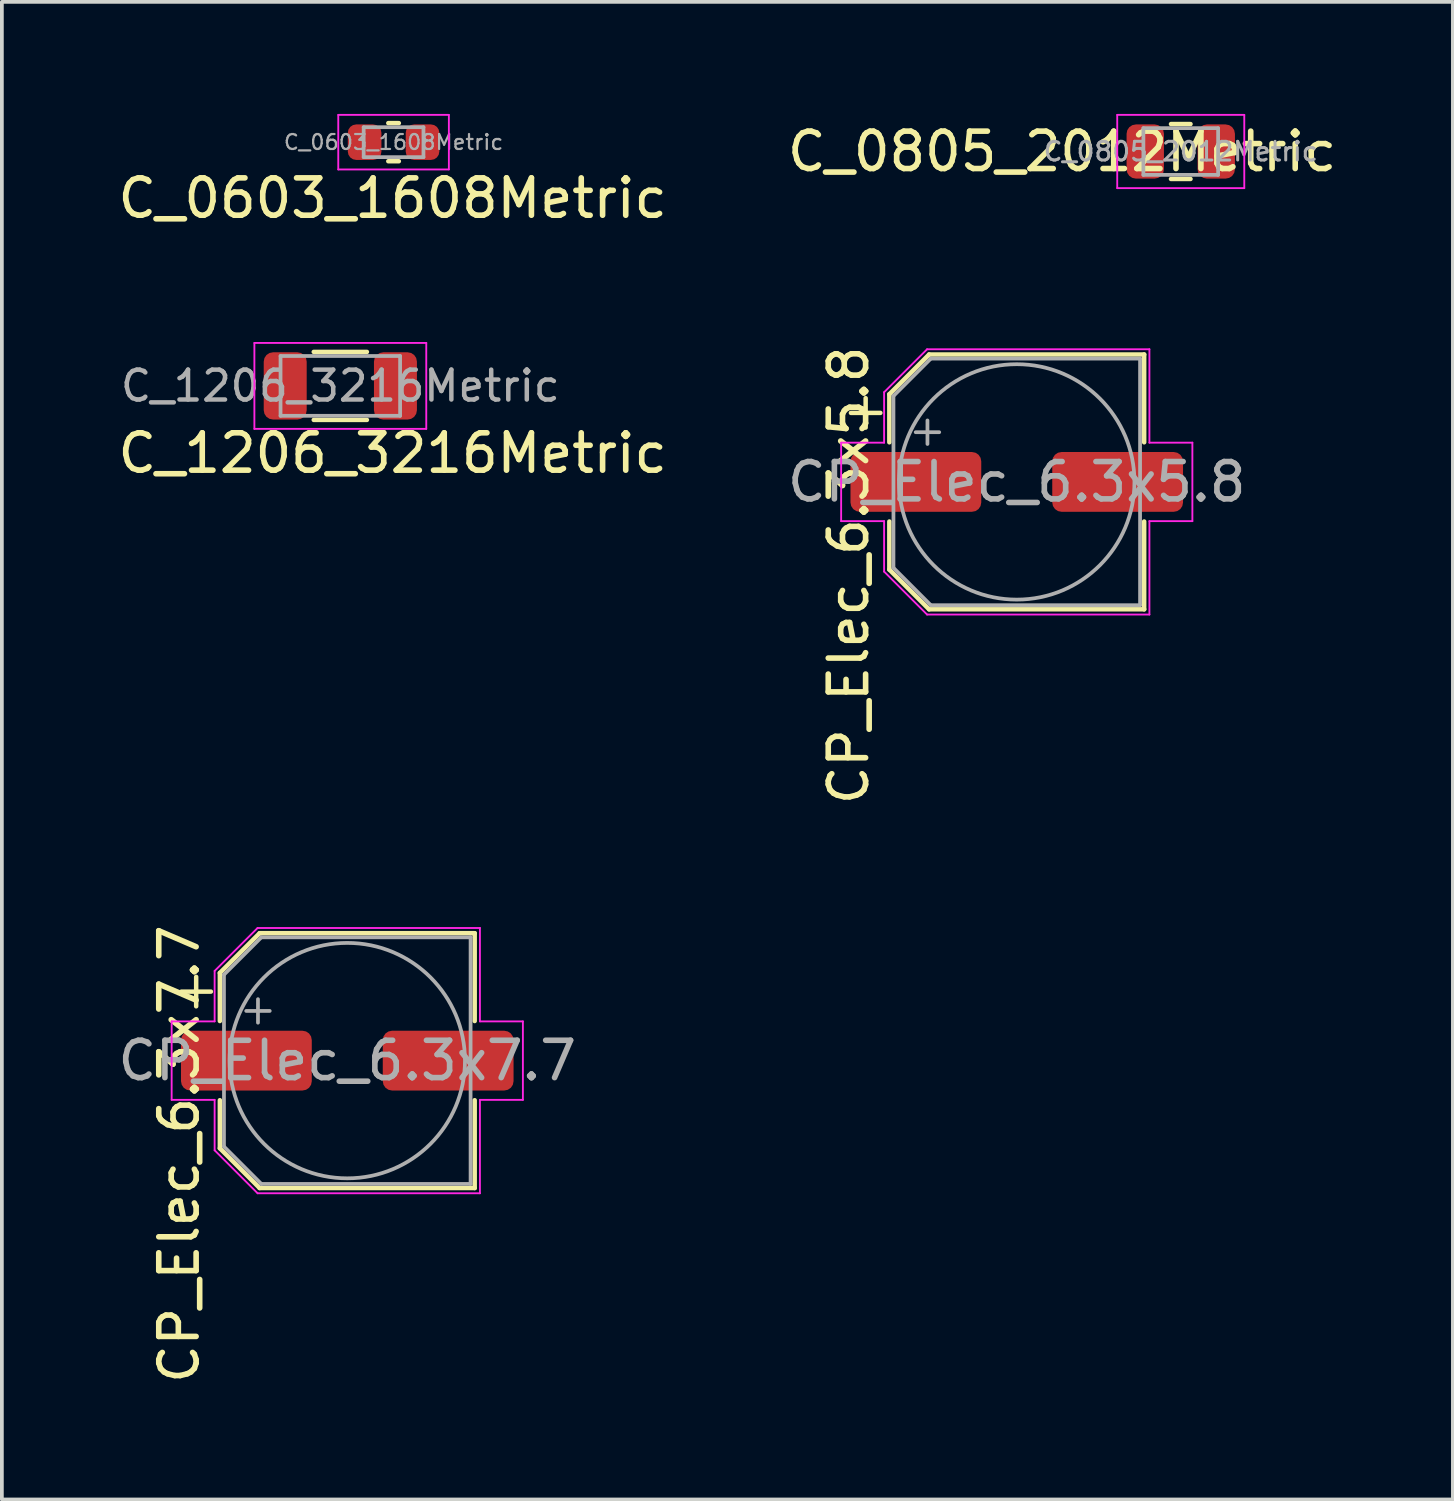
<source format=kicad_pcb>
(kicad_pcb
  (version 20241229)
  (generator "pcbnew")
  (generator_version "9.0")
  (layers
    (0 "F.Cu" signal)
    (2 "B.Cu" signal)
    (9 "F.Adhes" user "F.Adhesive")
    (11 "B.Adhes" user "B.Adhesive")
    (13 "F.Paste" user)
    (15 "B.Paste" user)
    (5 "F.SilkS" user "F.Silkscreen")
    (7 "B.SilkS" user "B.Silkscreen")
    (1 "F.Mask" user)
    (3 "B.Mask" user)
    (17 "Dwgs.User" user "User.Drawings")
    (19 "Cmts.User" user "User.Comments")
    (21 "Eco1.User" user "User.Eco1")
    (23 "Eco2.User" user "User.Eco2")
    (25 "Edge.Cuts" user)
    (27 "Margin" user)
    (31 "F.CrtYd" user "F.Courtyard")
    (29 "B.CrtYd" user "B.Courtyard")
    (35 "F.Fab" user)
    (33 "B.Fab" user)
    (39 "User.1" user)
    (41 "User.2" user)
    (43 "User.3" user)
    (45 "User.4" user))
  (footprint "CP_Elec_6.3x7.7"
    (layer "F.Cu")
    (at 6.244 25.335)
    (property "Reference" "CP_Elec_6.3x7.7" (at -4.5 2.5 270) (layer "F.SilkS") (effects (font (size 1 1) (thickness 0.15))))
    (attr smd)
    (fp_line (start -4.438 -1.847) (end -3.65 -1.847) (stroke (width 0.12) (type solid)) (layer "F.SilkS"))
    (fp_line (start -4.044 -2.241) (end -4.044 -1.454) (stroke (width 0.12) (type solid)) (layer "F.SilkS"))
    (fp_line (start -3.41 -2.346) (end -3.41 -1.06) (stroke (width 0.12) (type solid)) (layer "F.SilkS"))
    (fp_line (start -3.41 -2.346) (end -2.346 -3.41) (stroke (width 0.12) (type solid)) (layer "F.SilkS"))
    (fp_line (start -3.41 2.346) (end -3.41 1.06) (stroke (width 0.12) (type solid)) (layer "F.SilkS"))
    (fp_line (start -3.41 2.346) (end -2.346 3.41) (stroke (width 0.12) (type solid)) (layer "F.SilkS"))
    (fp_line (start -2.346 -3.41) (end 3.41 -3.41) (stroke (width 0.12) (type solid)) (layer "F.SilkS"))
    (fp_line (start -2.346 3.41) (end 3.41 3.41) (stroke (width 0.12) (type solid)) (layer "F.SilkS"))
    (fp_line (start 3.41 -3.41) (end 3.41 -1.06) (stroke (width 0.12) (type solid)) (layer "F.SilkS"))
    (fp_line (start 3.41 3.41) (end 3.41 1.06) (stroke (width 0.12) (type solid)) (layer "F.SilkS"))
    (fp_line (start -4.7 -1.05) (end -4.7 1.05) (stroke (width 0.05) (type solid)) (layer "F.CrtYd"))
    (fp_line (start -4.7 1.05) (end -3.55 1.05) (stroke (width 0.05) (type solid)) (layer "F.CrtYd"))
    (fp_line (start -3.55 -2.4) (end -3.55 -1.05) (stroke (width 0.05) (type solid)) (layer "F.CrtYd"))
    (fp_line (start -3.55 -2.4) (end -2.4 -3.55) (stroke (width 0.05) (type solid)) (layer "F.CrtYd"))
    (fp_line (start -3.55 -1.05) (end -4.7 -1.05) (stroke (width 0.05) (type solid)) (layer "F.CrtYd"))
    (fp_line (start -3.55 1.05) (end -3.55 2.4) (stroke (width 0.05) (type solid)) (layer "F.CrtYd"))
    (fp_line (start -3.55 2.4) (end -2.4 3.55) (stroke (width 0.05) (type solid)) (layer "F.CrtYd"))
    (fp_line (start -2.4 -3.55) (end 3.55 -3.55) (stroke (width 0.05) (type solid)) (layer "F.CrtYd"))
    (fp_line (start -2.4 3.55) (end 3.55 3.55) (stroke (width 0.05) (type solid)) (layer "F.CrtYd"))
    (fp_line (start 3.55 -3.55) (end 3.55 -1.05) (stroke (width 0.05) (type solid)) (layer "F.CrtYd"))
    (fp_line (start 3.55 -1.05) (end 4.7 -1.05) (stroke (width 0.05) (type solid)) (layer "F.CrtYd"))
    (fp_line (start 3.55 1.05) (end 3.55 3.55) (stroke (width 0.05) (type solid)) (layer "F.CrtYd"))
    (fp_line (start 4.7 -1.05) (end 4.7 1.05) (stroke (width 0.05) (type solid)) (layer "F.CrtYd"))
    (fp_line (start 4.7 1.05) (end 3.55 1.05) (stroke (width 0.05) (type solid)) (layer "F.CrtYd"))
    (fp_line (start -3.3 -2.3) (end -3.3 2.3) (stroke (width 0.1) (type solid)) (layer "F.Fab"))
    (fp_line (start -3.3 -2.3) (end -2.3 -3.3) (stroke (width 0.1) (type solid)) (layer "F.Fab"))
    (fp_line (start -3.3 2.3) (end -2.3 3.3) (stroke (width 0.1) (type solid)) (layer "F.Fab"))
    (fp_line (start -2.705 -1.33) (end -2.075 -1.33) (stroke (width 0.1) (type solid)) (layer "F.Fab"))
    (fp_line (start -2.39 -1.645) (end -2.39 -1.015) (stroke (width 0.1) (type solid)) (layer "F.Fab"))
    (fp_line (start -2.3 -3.3) (end 3.3 -3.3) (stroke (width 0.1) (type solid)) (layer "F.Fab"))
    (fp_line (start -2.3 3.3) (end 3.3 3.3) (stroke (width 0.1) (type solid)) (layer "F.Fab"))
    (fp_line (start 3.3 -3.3) (end 3.3 3.3) (stroke (width 0.1) (type solid)) (layer "F.Fab"))
    (fp_circle (center 0 0) (end 3.15 0) (stroke (width 0.1) (type solid)) (fill no) (layer "F.Fab"))
    (fp_text user "${REFERENCE}" (at 0 0 180) (layer "F.Fab") (effects (font (size 1 1) (thickness 0.15))))
    (pad "1" smd roundrect (at -2.7 0) (size 3.5 1.6) (layers "F.Cu" "F.Mask" "F.Paste") (roundrect_rratio 0.156))
    (pad "2" smd roundrect (at 2.7 0) (size 3.5 1.6) (layers "F.Cu" "F.Mask" "F.Paste") (roundrect_rratio 0.156)))
  (footprint "C_1206_3216Metric"
    (layer "F.Cu")
    (at 6.058 7.278)
    (property "Reference" "C_1206_3216Metric" (at 1.4 1.8 0) (layer "F.SilkS") (effects (font (size 1 1) (thickness 0.15))))
    (attr smd)
    (fp_line (start -0.711 -0.91) (end 0.711 -0.91) (stroke (width 0.12) (type solid)) (layer "F.SilkS"))
    (fp_line (start -0.711 0.91) (end 0.711 0.91) (stroke (width 0.12) (type solid)) (layer "F.SilkS"))
    (fp_line (start -2.3 -1.15) (end 2.3 -1.15) (stroke (width 0.05) (type solid)) (layer "F.CrtYd"))
    (fp_line (start -2.3 1.15) (end -2.3 -1.15) (stroke (width 0.05) (type solid)) (layer "F.CrtYd"))
    (fp_line (start 2.3 -1.15) (end 2.3 1.15) (stroke (width 0.05) (type solid)) (layer "F.CrtYd"))
    (fp_line (start 2.3 1.15) (end -2.3 1.15) (stroke (width 0.05) (type solid)) (layer "F.CrtYd"))
    (fp_line (start -1.6 -0.8) (end 1.6 -0.8) (stroke (width 0.1) (type solid)) (layer "F.Fab"))
    (fp_line (start -1.6 0.8) (end -1.6 -0.8) (stroke (width 0.1) (type solid)) (layer "F.Fab"))
    (fp_line (start 1.6 -0.8) (end 1.6 0.8) (stroke (width 0.1) (type solid)) (layer "F.Fab"))
    (fp_line (start 1.6 0.8) (end -1.6 0.8) (stroke (width 0.1) (type solid)) (layer "F.Fab"))
    (fp_text user "${REFERENCE}" (at 0 0 0) (layer "F.Fab") (effects (font (size 0.8 0.8) (thickness 0.12))))
    (pad "1" smd roundrect (at -1.475 0) (size 1.15 1.8) (layers "F.Cu" "F.Mask" "F.Paste") (roundrect_rratio 0.217))
    (pad "2" smd roundrect (at 1.475 0) (size 1.15 1.8) (layers "F.Cu" "F.Mask" "F.Paste") (roundrect_rratio 0.217)))
  (footprint "C_0805_2012Metric"
    (layer "F.Cu")
    (at 28.55 1.005)
    (property "Reference" "C_0805_2012Metric" (at -3.175 0 0) (layer "F.SilkS") (effects (font (size 1 1) (thickness 0.15))))
    (attr smd)
    (fp_line (start -0.261 -0.735) (end 0.261 -0.735) (stroke (width 0.12) (type solid)) (layer "F.SilkS"))
    (fp_line (start -0.261 0.735) (end 0.261 0.735) (stroke (width 0.12) (type solid)) (layer "F.SilkS"))
    (fp_line (start -1.7 -0.98) (end 1.7 -0.98) (stroke (width 0.05) (type solid)) (layer "F.CrtYd"))
    (fp_line (start -1.7 0.98) (end -1.7 -0.98) (stroke (width 0.05) (type solid)) (layer "F.CrtYd"))
    (fp_line (start 1.7 -0.98) (end 1.7 0.98) (stroke (width 0.05) (type solid)) (layer "F.CrtYd"))
    (fp_line (start 1.7 0.98) (end -1.7 0.98) (stroke (width 0.05) (type solid)) (layer "F.CrtYd"))
    (fp_line (start -1 -0.625) (end 1 -0.625) (stroke (width 0.1) (type solid)) (layer "F.Fab"))
    (fp_line (start -1 0.625) (end -1 -0.625) (stroke (width 0.1) (type solid)) (layer "F.Fab"))
    (fp_line (start 1 -0.625) (end 1 0.625) (stroke (width 0.1) (type solid)) (layer "F.Fab"))
    (fp_line (start 1 0.625) (end -1 0.625) (stroke (width 0.1) (type solid)) (layer "F.Fab"))
    (fp_text user "${REFERENCE}" (at 0 0 0) (layer "F.Fab") (effects (font (size 0.5 0.5) (thickness 0.08))))
    (pad "1" smd roundrect (at -0.95 0) (size 1 1.45) (layers "F.Cu" "F.Mask" "F.Paste") (roundrect_rratio 0.25))
    (pad "2" smd roundrect (at 0.95 0) (size 1 1.45) (layers "F.Cu" "F.Mask" "F.Paste") (roundrect_rratio 0.25)))
  (footprint "CP_Elec_6.3x5.8"
    (layer "F.Cu")
    (at 24.161 9.847)
    (property "Reference" "CP_Elec_6.3x5.8" (at -4.5 2.5 270) (layer "F.SilkS") (effects (font (size 1 1) (thickness 0.15))))
    (attr smd)
    (fp_line (start -4.438 -1.847) (end -3.65 -1.847) (stroke (width 0.12) (type solid)) (layer "F.SilkS"))
    (fp_line (start -4.044 -2.241) (end -4.044 -1.454) (stroke (width 0.12) (type solid)) (layer "F.SilkS"))
    (fp_line (start -3.41 -2.346) (end -3.41 -1.06) (stroke (width 0.12) (type solid)) (layer "F.SilkS"))
    (fp_line (start -3.41 -2.346) (end -2.346 -3.41) (stroke (width 0.12) (type solid)) (layer "F.SilkS"))
    (fp_line (start -3.41 2.346) (end -3.41 1.06) (stroke (width 0.12) (type solid)) (layer "F.SilkS"))
    (fp_line (start -3.41 2.346) (end -2.346 3.41) (stroke (width 0.12) (type solid)) (layer "F.SilkS"))
    (fp_line (start -2.346 -3.41) (end 3.41 -3.41) (stroke (width 0.12) (type solid)) (layer "F.SilkS"))
    (fp_line (start -2.346 3.41) (end 3.41 3.41) (stroke (width 0.12) (type solid)) (layer "F.SilkS"))
    (fp_line (start 3.41 -3.41) (end 3.41 -1.06) (stroke (width 0.12) (type solid)) (layer "F.SilkS"))
    (fp_line (start 3.41 3.41) (end 3.41 1.06) (stroke (width 0.12) (type solid)) (layer "F.SilkS"))
    (fp_line (start -4.7 -1.05) (end -4.7 1.05) (stroke (width 0.05) (type solid)) (layer "F.CrtYd"))
    (fp_line (start -4.7 1.05) (end -3.55 1.05) (stroke (width 0.05) (type solid)) (layer "F.CrtYd"))
    (fp_line (start -3.55 -2.4) (end -3.55 -1.05) (stroke (width 0.05) (type solid)) (layer "F.CrtYd"))
    (fp_line (start -3.55 -2.4) (end -2.4 -3.55) (stroke (width 0.05) (type solid)) (layer "F.CrtYd"))
    (fp_line (start -3.55 -1.05) (end -4.7 -1.05) (stroke (width 0.05) (type solid)) (layer "F.CrtYd"))
    (fp_line (start -3.55 1.05) (end -3.55 2.4) (stroke (width 0.05) (type solid)) (layer "F.CrtYd"))
    (fp_line (start -3.55 2.4) (end -2.4 3.55) (stroke (width 0.05) (type solid)) (layer "F.CrtYd"))
    (fp_line (start -2.4 -3.55) (end 3.55 -3.55) (stroke (width 0.05) (type solid)) (layer "F.CrtYd"))
    (fp_line (start -2.4 3.55) (end 3.55 3.55) (stroke (width 0.05) (type solid)) (layer "F.CrtYd"))
    (fp_line (start 3.55 -3.55) (end 3.55 -1.05) (stroke (width 0.05) (type solid)) (layer "F.CrtYd"))
    (fp_line (start 3.55 -1.05) (end 4.7 -1.05) (stroke (width 0.05) (type solid)) (layer "F.CrtYd"))
    (fp_line (start 3.55 1.05) (end 3.55 3.55) (stroke (width 0.05) (type solid)) (layer "F.CrtYd"))
    (fp_line (start 4.7 -1.05) (end 4.7 1.05) (stroke (width 0.05) (type solid)) (layer "F.CrtYd"))
    (fp_line (start 4.7 1.05) (end 3.55 1.05) (stroke (width 0.05) (type solid)) (layer "F.CrtYd"))
    (fp_line (start -3.3 -2.3) (end -3.3 2.3) (stroke (width 0.1) (type solid)) (layer "F.Fab"))
    (fp_line (start -3.3 -2.3) (end -2.3 -3.3) (stroke (width 0.1) (type solid)) (layer "F.Fab"))
    (fp_line (start -3.3 2.3) (end -2.3 3.3) (stroke (width 0.1) (type solid)) (layer "F.Fab"))
    (fp_line (start -2.705 -1.33) (end -2.075 -1.33) (stroke (width 0.1) (type solid)) (layer "F.Fab"))
    (fp_line (start -2.39 -1.645) (end -2.39 -1.015) (stroke (width 0.1) (type solid)) (layer "F.Fab"))
    (fp_line (start -2.3 -3.3) (end 3.3 -3.3) (stroke (width 0.1) (type solid)) (layer "F.Fab"))
    (fp_line (start -2.3 3.3) (end 3.3 3.3) (stroke (width 0.1) (type solid)) (layer "F.Fab"))
    (fp_line (start 3.3 -3.3) (end 3.3 3.3) (stroke (width 0.1) (type solid)) (layer "F.Fab"))
    (fp_circle (center 0 0) (end 3.15 0) (stroke (width 0.1) (type solid)) (fill no) (layer "F.Fab"))
    (fp_text user "${REFERENCE}" (at 0 0 180) (layer "F.Fab") (effects (font (size 1 1) (thickness 0.15))))
    (pad "1" smd roundrect (at -2.7 0) (size 3.5 1.6) (layers "F.Cu" "F.Mask" "F.Paste") (roundrect_rratio 0.156))
    (pad "2" smd roundrect (at 2.7 0) (size 3.5 1.6) (layers "F.Cu" "F.Mask" "F.Paste") (roundrect_rratio 0.156)))
  (footprint "C_0603_1608Metric"
    (layer "F.Cu")
    (at 7.483 0.755)
    (property "Reference" "C_0603_1608Metric" (at -0.025 1.5 0) (layer "F.SilkS") (effects (font (size 1 1) (thickness 0.15))))
    (attr smd)
    (fp_line (start -0.141 -0.51) (end 0.141 -0.51) (stroke (width 0.12) (type solid)) (layer "F.SilkS"))
    (fp_line (start -0.141 0.51) (end 0.141 0.51) (stroke (width 0.12) (type solid)) (layer "F.SilkS"))
    (fp_line (start -1.48 -0.73) (end 1.48 -0.73) (stroke (width 0.05) (type solid)) (layer "F.CrtYd"))
    (fp_line (start -1.48 0.73) (end -1.48 -0.73) (stroke (width 0.05) (type solid)) (layer "F.CrtYd"))
    (fp_line (start 1.48 -0.73) (end 1.48 0.73) (stroke (width 0.05) (type solid)) (layer "F.CrtYd"))
    (fp_line (start 1.48 0.73) (end -1.48 0.73) (stroke (width 0.05) (type solid)) (layer "F.CrtYd"))
    (fp_line (start -0.8 -0.4) (end 0.8 -0.4) (stroke (width 0.1) (type solid)) (layer "F.Fab"))
    (fp_line (start -0.8 0.4) (end -0.8 -0.4) (stroke (width 0.1) (type solid)) (layer "F.Fab"))
    (fp_line (start 0.8 -0.4) (end 0.8 0.4) (stroke (width 0.1) (type solid)) (layer "F.Fab"))
    (fp_line (start 0.8 0.4) (end -0.8 0.4) (stroke (width 0.1) (type solid)) (layer "F.Fab"))
    (fp_text user "${REFERENCE}" (at 0 0 0) (layer "F.Fab") (effects (font (size 0.4 0.4) (thickness 0.06))))
    (pad "1" smd roundrect (at -0.775 0) (size 0.9 0.95) (layers "F.Cu" "F.Mask" "F.Paste") (roundrect_rratio 0.25))
    (pad "2" smd roundrect (at 0.775 0) (size 0.9 0.95) (layers "F.Cu" "F.Mask" "F.Paste") (roundrect_rratio 0.25)))
  (gr_rect
    (start -3 -3)
    (end 35.833 37.079)
    (stroke (width 0.1) (type default))
    (fill no)
    (layer "Edge.Cuts")))
</source>
